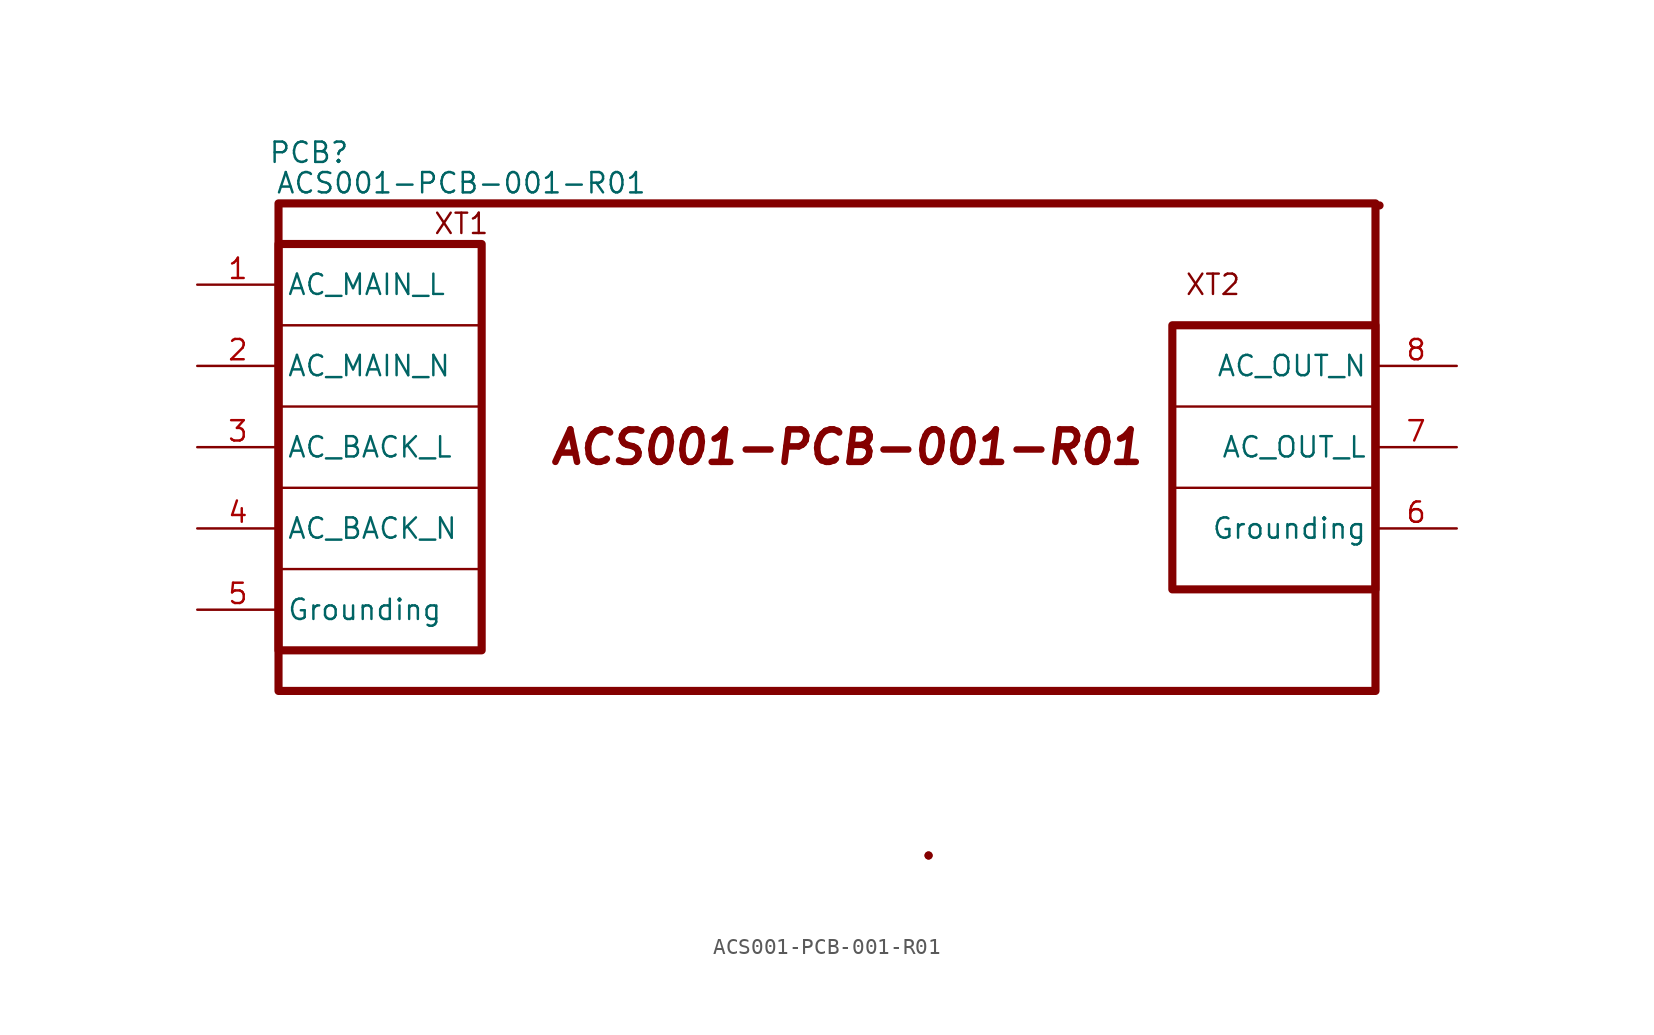
<source format=kicad_sym>
(kicad_symbol_lib
  (version 20211014)
  (generator kicad_symbol_editor)
  (symbol "ACS001-PCB-001-R01"
    (property "Reference" "PCB"
      (at -33.655 18.415 0)
      (effects (font (size 1.27 1.27))))
    (property "Value" "ACS001-PCB-001-R01"
      (at -24.13 16.51 0)
      (effects (font (size 1.27 1.27))))
    (symbol "ACS001-PCB-001-R01_0_0"
      (text "XT1" (at -24.13 13.97 0) (effects (font (size 1.27 1.27))))
      (text "XT2" (at 22.86 10.16 0) (effects (font (size 1.27 1.27)))))
    (symbol "ACS001-PCB-001-R01_0_1"
      (rectangle (start -35.56 15.24) (end 33.02 -15.24) (stroke (width 0.508) (type default) (color 0 0 0 0)) (fill (type none)))
      (polyline (pts (xy 5.08 -25.527) (xy 5.08 -25.527)) (stroke (width 0.508) (type default) (color 0 0 0 0)) (fill (type none)))
      (polyline (pts (xy 5.08 -25.527) (xy 5.08 -25.527)) (stroke (width 0.508) (type default) (color 0 0 0 0)) (fill (type none)))
      (polyline (pts (xy 33.274 15.113) (xy 33.274 15.113)) (stroke (width 0.508) (type default) (color 0 0 0 0)) (fill (type none))))
    (symbol "ACS001-PCB-001-R01_1_1"
      (rectangle (start -35.56 12.7) (end -22.86 -12.7) (stroke (width 0.508) (type default) (color 0 0 0 0)) (fill (type none)))
      (polyline (pts (xy -22.86 -7.62) (xy -35.56 -7.62)) (stroke (width 0) (type default) (color 0 0 0 0)) (fill (type none)))
      (polyline (pts (xy -22.86 -2.54) (xy -35.56 -2.54)) (stroke (width 0) (type default) (color 0 0 0 0)) (fill (type none)))
      (polyline (pts (xy -22.86 2.54) (xy -35.56 2.54)) (stroke (width 0) (type default) (color 0 0 0 0)) (fill (type none)))
      (polyline (pts (xy -22.86 7.62) (xy -35.56 7.62)) (stroke (width 0) (type default) (color 0 0 0 0)) (fill (type none)))
      (polyline (pts (xy 33.02 -2.54) (xy 20.32 -2.54)) (stroke (width 0) (type default) (color 0 0 0 0)) (fill (type none)))
      (polyline (pts (xy 33.02 2.54) (xy 20.32 2.54)) (stroke (width 0) (type default) (color 0 0 0 0)) (fill (type none)))
      (rectangle (start 20.32 7.62) (end 33.02 -8.89) (stroke (width 0.508) (type default) (color 0 0 0 0)) (fill (type none)))
      (text "ACS001-PCB-001-R01" (at 0 0 0) (effects (font (size 2.032 2.032) bold italic)))
      (pin input line (at -40.64 10.16 0) (length 5.08) (name "AC_MAIN_L" (effects (font (size 1.27 1.27)))) (number "1" (effects (font (size 1.27 1.27)))))
      (pin input line (at -40.64 5.08 0) (length 5.08) (name "AC_MAIN_N" (effects (font (size 1.27 1.27)))) (number "2" (effects (font (size 1.27 1.27)))))
      (pin input line (at -40.64 0 0) (length 5.08) (name "AC_BACK_L" (effects (font (size 1.27 1.27)))) (number "3" (effects (font (size 1.27 1.27)))))
      (pin input line (at -40.64 -5.08 0) (length 5.08) (name "AC_BACK_N" (effects (font (size 1.27 1.27)))) (number "4" (effects (font (size 1.27 1.27)))))
      (pin input line (at -40.64 -10.16 0) (length 5.08) (name "Grounding" (effects (font (size 1.27 1.27)))) (number "5" (effects (font (size 1.27 1.27)))))
      (pin output line (at 38.1 -5.08 180) (length 5.08) (name "Grounding" (effects (font (size 1.27 1.27)))) (number "6" (effects (font (size 1.27 1.27)))))
      (pin output line (at 38.1 0 180) (length 5.08) (name "AC_OUT_L" (effects (font (size 1.27 1.27)))) (number "7" (effects (font (size 1.27 1.27)))))
      (pin output line (at 38.1 5.08 180) (length 5.08) (name "AC_OUT_N" (effects (font (size 1.27 1.27)))) (number "8" (effects (font (size 1.27 1.27))))))))
</source>
